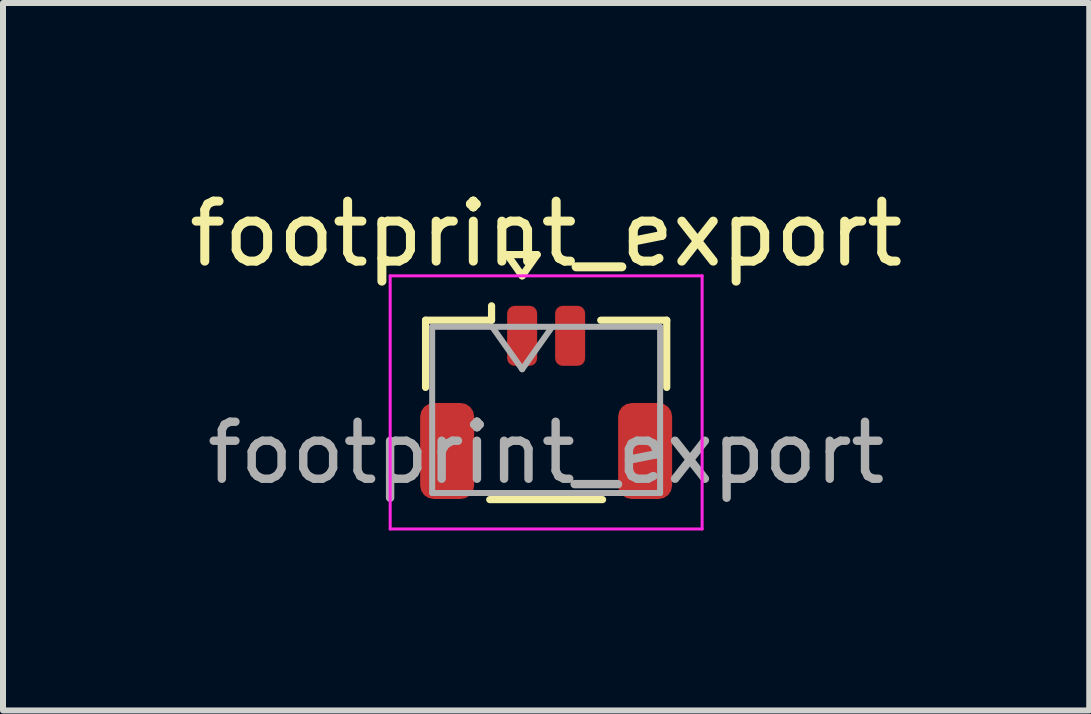
<source format=kicad_pcb>
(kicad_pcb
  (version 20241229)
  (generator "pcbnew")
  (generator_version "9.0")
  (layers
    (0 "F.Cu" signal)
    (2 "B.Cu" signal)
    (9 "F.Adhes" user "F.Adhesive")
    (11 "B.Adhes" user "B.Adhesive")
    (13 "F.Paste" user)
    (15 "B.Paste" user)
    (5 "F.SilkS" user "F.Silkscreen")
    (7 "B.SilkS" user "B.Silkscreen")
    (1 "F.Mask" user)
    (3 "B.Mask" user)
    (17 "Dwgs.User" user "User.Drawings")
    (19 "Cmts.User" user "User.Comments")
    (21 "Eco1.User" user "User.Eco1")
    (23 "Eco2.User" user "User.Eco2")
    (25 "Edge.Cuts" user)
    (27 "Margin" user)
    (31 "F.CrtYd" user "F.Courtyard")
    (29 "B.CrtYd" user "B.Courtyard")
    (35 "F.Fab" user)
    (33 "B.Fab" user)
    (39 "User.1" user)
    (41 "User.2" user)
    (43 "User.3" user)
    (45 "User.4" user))
  (footprint "footprint_export"
    (layer "F.Cu")
    (at 6.054 3.658)
    (property "Reference" "footprint_export" (at 0 -2.81 0) (layer "F.SilkS") (effects (font (size 1 1) (thickness 0.15))))
    (attr smd)
    (fp_line (start -2.01 -1.37) (end -0.91 -1.37) (stroke (width 0.12) (type solid)) (layer "F.SilkS"))
    (fp_line (start -2.01 -0.25) (end -2.01 -1.37) (stroke (width 0.12) (type solid)) (layer "F.SilkS"))
    (fp_line (start -0.94 1.62) (end 0.94 1.62) (stroke (width 0.12) (type solid)) (layer "F.SilkS"))
    (fp_line (start -0.91 -1.37) (end -0.91 -1.61) (stroke (width 0.12) (type solid)) (layer "F.SilkS"))
    (fp_line (start -0.65 -2.464) (end -0.4 -2.11) (stroke (width 0.12) (type solid)) (layer "F.SilkS"))
    (fp_line (start -0.4 -2.11) (end -0.15 -2.464) (stroke (width 0.12) (type solid)) (layer "F.SilkS"))
    (fp_line (start -0.15 -2.464) (end -0.65 -2.464) (stroke (width 0.12) (type solid)) (layer "F.SilkS"))
    (fp_line (start 2.01 -1.37) (end 0.91 -1.37) (stroke (width 0.12) (type solid)) (layer "F.SilkS"))
    (fp_line (start 2.01 -0.25) (end 2.01 -1.37) (stroke (width 0.12) (type solid)) (layer "F.SilkS"))
    (fp_line (start -2.6 -2.11) (end -2.6 2.11) (stroke (width 0.05) (type solid)) (layer "F.CrtYd"))
    (fp_line (start -2.6 2.11) (end 2.6 2.11) (stroke (width 0.05) (type solid)) (layer "F.CrtYd"))
    (fp_line (start 2.6 -2.11) (end -2.6 -2.11) (stroke (width 0.05) (type solid)) (layer "F.CrtYd"))
    (fp_line (start 2.6 2.11) (end 2.6 -2.11) (stroke (width 0.05) (type solid)) (layer "F.CrtYd"))
    (fp_line (start -1.9 -1.26) (end -1.9 1.51) (stroke (width 0.1) (type solid)) (layer "F.Fab"))
    (fp_line (start -1.9 -1.26) (end 1.9 -1.26) (stroke (width 0.1) (type solid)) (layer "F.Fab"))
    (fp_line (start -1.9 1.51) (end 1.9 1.51) (stroke (width 0.1) (type solid)) (layer "F.Fab"))
    (fp_line (start -0.9 -1.26) (end -0.4 -0.553) (stroke (width 0.1) (type solid)) (layer "F.Fab"))
    (fp_line (start -0.4 -0.553) (end 0.1 -1.26) (stroke (width 0.1) (type solid)) (layer "F.Fab"))
    (fp_line (start 1.9 -1.26) (end 1.9 1.51) (stroke (width 0.1) (type solid)) (layer "F.Fab"))
    (fp_text user "${REFERENCE}" (at 0 0.84 0) (layer "F.Fab") (effects (font (size 0.95 0.95) (thickness 0.14))))
    (pad "1" smd roundrect (at -0.4 -1.11) (size 0.5 1) (layers "F.Cu" "F.Mask" "F.Paste") (roundrect_rratio 0.25))
    (pad "2" smd roundrect (at 0.4 -1.11) (size 0.5 1) (layers "F.Cu" "F.Mask" "F.Paste") (roundrect_rratio 0.25))
    (pad "MP" smd roundrect (at -1.65 0.81) (size 0.9 1.6) (layers "F.Cu" "F.Mask" "F.Paste") (roundrect_rratio 0.25))
    (pad "MP" smd roundrect (at 1.65 0.81) (size 0.9 1.6) (layers "F.Cu" "F.Mask" "F.Paste") (roundrect_rratio 0.25)))
  (gr_rect
    (start -3 -3)
    (end 15.107 8.793)
    (stroke (width 0.1) (type default))
    (fill no)
    (layer "Edge.Cuts")))
</source>
